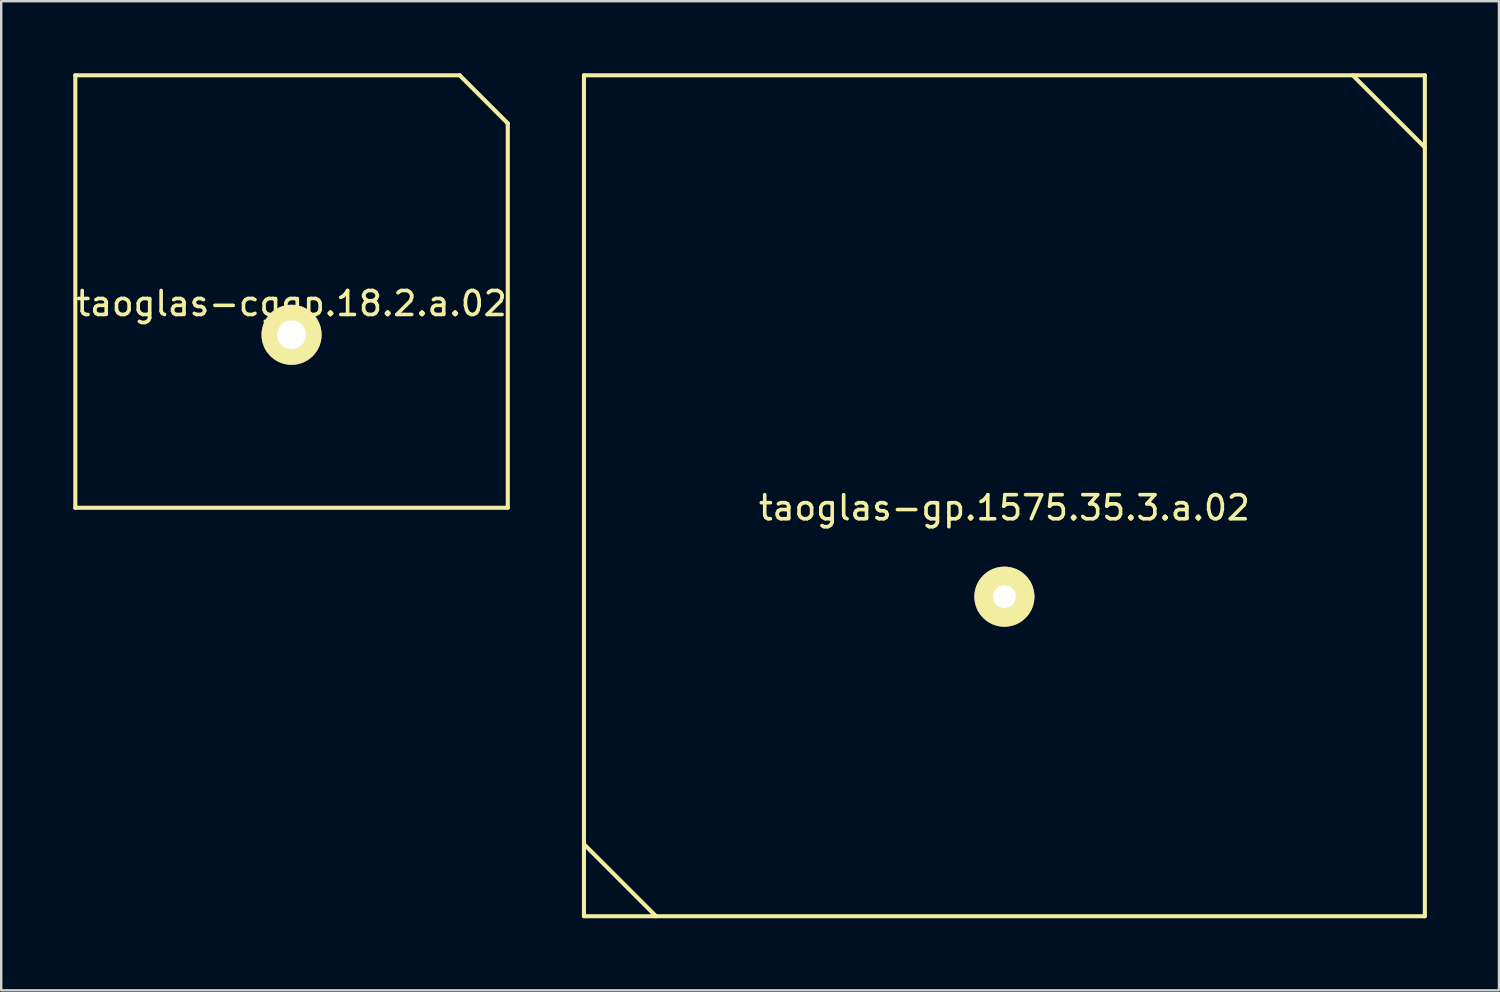
<source format=kicad_pcb>
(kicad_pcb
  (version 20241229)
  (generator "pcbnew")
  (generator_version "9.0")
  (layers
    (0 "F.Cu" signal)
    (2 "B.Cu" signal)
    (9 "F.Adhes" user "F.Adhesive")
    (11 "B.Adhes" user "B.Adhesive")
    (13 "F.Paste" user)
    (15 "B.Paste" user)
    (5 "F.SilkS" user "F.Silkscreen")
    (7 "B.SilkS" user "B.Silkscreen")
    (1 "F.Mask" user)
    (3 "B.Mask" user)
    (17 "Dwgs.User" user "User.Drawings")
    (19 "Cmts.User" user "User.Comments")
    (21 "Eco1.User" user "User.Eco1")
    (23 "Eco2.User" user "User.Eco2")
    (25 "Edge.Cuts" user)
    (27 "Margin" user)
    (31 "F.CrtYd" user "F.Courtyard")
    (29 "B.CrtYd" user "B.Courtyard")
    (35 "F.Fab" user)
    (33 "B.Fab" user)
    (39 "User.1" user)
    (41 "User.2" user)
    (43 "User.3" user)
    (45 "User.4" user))
  (footprint "taoglas-cggp.18.2.a.02"
    (layer "F.Cu")
    (at 9.085 9.085)
    (property "Reference" "taoglas-cggp.18.2.a.02" (at 0 0.5 0) (layer "F.SilkS") (effects (font (size 1 1) (thickness 0.15))))
    (attr through_hole)
    (fp_line (start -9 -9) (end 7 -9) (stroke (width 0.17) (type solid)) (layer "F.SilkS"))
    (fp_line (start -9 9) (end -9 -9) (stroke (width 0.17) (type solid)) (layer "F.SilkS"))
    (fp_line (start 7 -9) (end 9 -7) (stroke (width 0.17) (type solid)) (layer "F.SilkS"))
    (fp_line (start 9 -7) (end 9 9) (stroke (width 0.17) (type solid)) (layer "F.SilkS"))
    (fp_line (start 9 9) (end -9 9) (stroke (width 0.17) (type solid)) (layer "F.SilkS"))
    (pad "1" thru_hole circle (at 0 1.8) (size 2.5 2.5) (drill 1.2) (layers "*.Mask" "B.Cu" "F.SilkS")))
  (footprint "taoglas-gp.1575.35.3.a.02"
    (layer "F.Cu")
    (at 38.755 17.585)
    (property "Reference" "taoglas-gp.1575.35.3.a.02" (at 0 0.5 0) (layer "F.SilkS") (effects (font (size 1 1) (thickness 0.15))))
    (attr through_hole)
    (fp_line (start -17.5 -17.5) (end -17.5 17.5) (stroke (width 0.17) (type solid)) (layer "F.SilkS"))
    (fp_line (start -17.5 14.5) (end -14.5 17.5) (stroke (width 0.17) (type solid)) (layer "F.SilkS"))
    (fp_line (start -17.5 17.5) (end 17.5 17.5) (stroke (width 0.17) (type solid)) (layer "F.SilkS"))
    (fp_line (start 14.5 -17.5) (end 17.5 -14.5) (stroke (width 0.17) (type solid)) (layer "F.SilkS"))
    (fp_line (start 17.5 -17.5) (end -17.5 -17.5) (stroke (width 0.17) (type solid)) (layer "F.SilkS"))
    (fp_line (start 17.5 17.5) (end 17.5 -17.5) (stroke (width 0.17) (type solid)) (layer "F.SilkS"))
    (pad "1" thru_hole circle (at 0 4.2) (size 2.5 2.5) (drill 0.95) (layers "*.Mask" "B.Cu" "F.SilkS")))
  (gr_rect
    (start -3 -3)
    (end 59.34 38.17)
    (stroke (width 0.1) (type default))
    (fill no)
    (layer "Edge.Cuts")))
</source>
